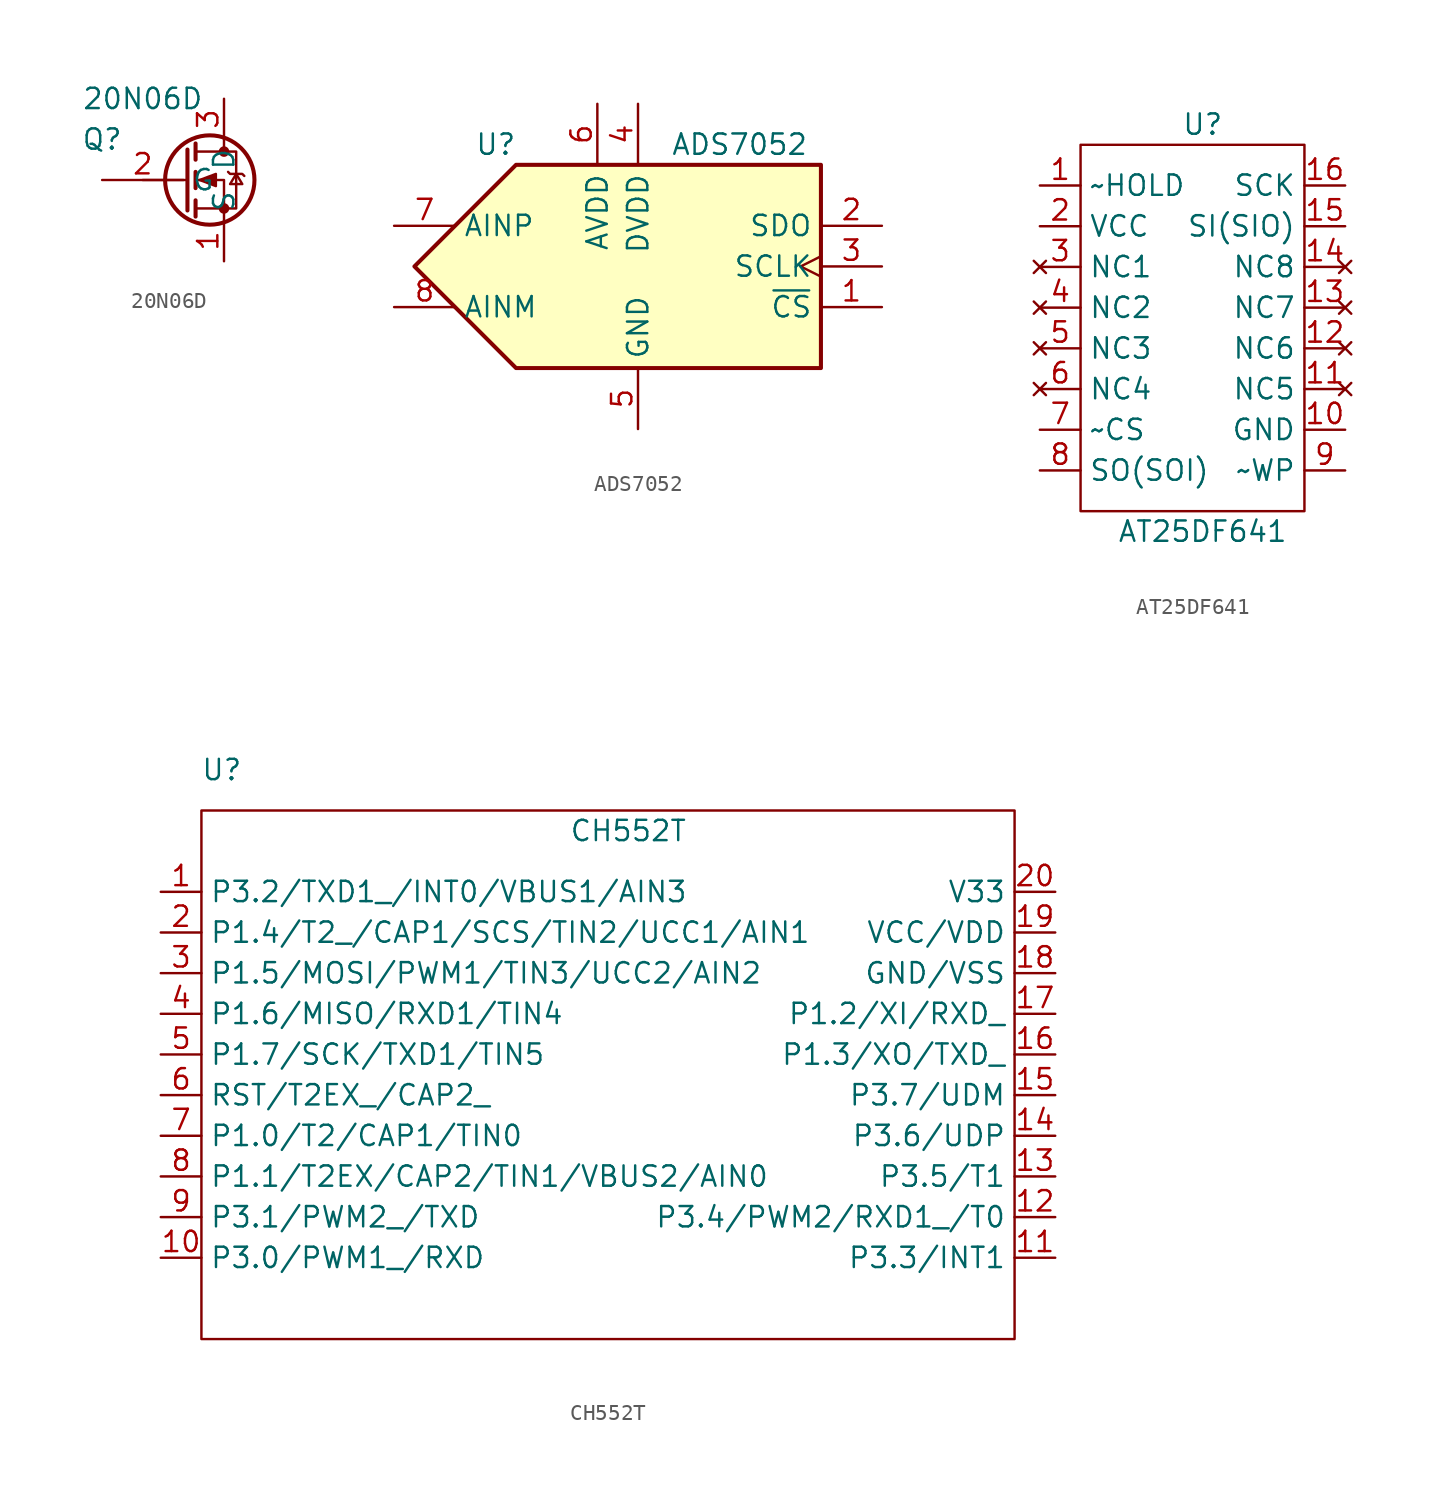
<source format=kicad_sym>
(kicad_symbol_lib
  (version 20211014)
  (generator kicad_symbol_editor)
  (symbol "20N06D"
    (property "Reference" "Q"
      (at 0 2.54 0)
      (effects (font (size 1.27 1.27))))
    (property "Value" "20N06D"
      (at 2.54 5.08 0)
      (effects (font (size 1.27 1.27))))
    (symbol "20N06D_0_1"
      (polyline (pts (xy 5.334 0) (xy 2.54 0)) (stroke (width 0) (type default) (color 0 0 0 0)) (fill (type none)))
      (polyline (pts (xy 5.334 1.905) (xy 5.334 -1.905)) (stroke (width 0.254) (type default) (color 0 0 0 0)) (fill (type none)))
      (polyline (pts (xy 5.842 -1.27) (xy 5.842 -2.286)) (stroke (width 0.254) (type default) (color 0 0 0 0)) (fill (type none)))
      (polyline (pts (xy 5.842 0.508) (xy 5.842 -0.508)) (stroke (width 0.254) (type default) (color 0 0 0 0)) (fill (type none)))
      (polyline (pts (xy 5.842 2.286) (xy 5.842 1.27)) (stroke (width 0.254) (type default) (color 0 0 0 0)) (fill (type none)))
      (polyline (pts (xy 7.62 2.54) (xy 7.62 1.778)) (stroke (width 0) (type default) (color 0 0 0 0)) (fill (type none)))
      (polyline (pts (xy 7.62 -2.54) (xy 7.62 0) (xy 5.842 0)) (stroke (width 0) (type default) (color 0 0 0 0)) (fill (type none)))
      (polyline (pts (xy 5.842 -1.778) (xy 8.382 -1.778) (xy 8.382 1.778) (xy 5.842 1.778)) (stroke (width 0) (type default) (color 0 0 0 0)) (fill (type none)))
      (polyline (pts (xy 6.096 0) (xy 7.112 0.381) (xy 7.112 -0.381) (xy 6.096 0)) (stroke (width 0) (type default) (color 0 0 0 0)) (fill (type outline)))
      (polyline (pts (xy 7.874 0.508) (xy 8.001 0.381) (xy 8.763 0.381) (xy 8.89 0.254)) (stroke (width 0) (type default) (color 0 0 0 0)) (fill (type none)))
      (polyline (pts (xy 8.382 0.381) (xy 8.001 -0.254) (xy 8.763 -0.254) (xy 8.382 0.381)) (stroke (width 0) (type default) (color 0 0 0 0)) (fill (type none)))
      (circle (center 6.731 0) (radius 2.794) (stroke (width 0.254) (type default) (color 0 0 0 0)) (fill (type none)))
      (circle (center 7.62 -1.778) (radius 0.254) (stroke (width 0) (type default) (color 0 0 0 0)) (fill (type outline)))
      (circle (center 7.62 1.778) (radius 0.254) (stroke (width 0) (type default) (color 0 0 0 0)) (fill (type outline))))
    (symbol "20N06D_1_1"
      (pin passive line (at 7.62 -5.08 90) (length 2.54) (name "S" (effects (font (size 1.27 1.27)))) (number "1" (effects (font (size 1.27 1.27)))))
      (pin input line (at 0 0 0) (length 5.08) (name "G" (effects (font (size 1.27 1.27)))) (number "2" (effects (font (size 1.27 1.27)))))
      (pin passive line (at 7.62 5.08 270) (length 2.54) (name "D" (effects (font (size 1.27 1.27)))) (number "3" (effects (font (size 1.27 1.27)))))))
  (symbol "ADS7052"
    (property "Reference" "U"
      (at 6.35 5.08 0)
      (effects (font (size 1.27 1.27))))
    (property "Value" "ADS7052"
      (at 21.59 5.08 0)
      (effects (font (size 1.27 1.27))))
    (symbol "ADS7052_0_1"
      (polyline (pts (xy 1.27 -2.54) (xy 7.62 3.81) (xy 26.67 3.81) (xy 26.67 -8.89) (xy 7.62 -8.89) (xy 1.27 -2.54)) (stroke (width 0.254) (type default) (color 0 0 0 0)) (fill (type background))))
    (symbol "ADS7052_1_1"
      (pin input line (at 30.48 -5.08 180) (length 3.81) (name "~{CS}" (effects (font (size 1.27 1.27)))) (number "1" (effects (font (size 1.27 1.27)))))
      (pin output line (at 30.48 0 180) (length 3.81) (name "SDO" (effects (font (size 1.27 1.27)))) (number "2" (effects (font (size 1.27 1.27)))))
      (pin input clock (at 30.48 -2.54 180) (length 3.81) (name "SCLK" (effects (font (size 1.27 1.27)))) (number "3" (effects (font (size 1.27 1.27)))))
      (pin power_in line (at 15.24 7.62 270) (length 3.81) (name "DVDD" (effects (font (size 1.27 1.27)))) (number "4" (effects (font (size 1.27 1.27)))))
      (pin power_in line (at 15.24 -12.7 90) (length 3.81) (name "GND" (effects (font (size 1.27 1.27)))) (number "5" (effects (font (size 1.27 1.27)))))
      (pin power_in line (at 12.7 7.62 270) (length 3.81) (name "AVDD" (effects (font (size 1.27 1.27)))) (number "6" (effects (font (size 1.27 1.27)))))
      (pin input line (at 0 0 0) (length 3.81) (name "AINP" (effects (font (size 1.27 1.27)))) (number "7" (effects (font (size 1.27 1.27)))))
      (pin input line (at 0 -5.08 0) (length 3.81) (name "AINM" (effects (font (size 1.27 1.27)))) (number "8" (effects (font (size 1.27 1.27)))))))
  (symbol "AT25DF641"
    (property "Reference" "U"
      (at 10.16 3.81 0)
      (effects (font (size 1.27 1.27))))
    (property "Value" "AT25DF641"
      (at 10.16 -21.59 0)
      (effects (font (size 1.27 1.27))))
    (symbol "AT25DF641_0_1"
      (rectangle (start 2.54 2.54) (end 16.51 -20.32) (stroke (width 0) (type default) (color 0 0 0 0)) (fill (type none))))
    (symbol "AT25DF641_1_1"
      (pin input line (at 0 0 0) (length 2.54) (name "~HOLD" (effects (font (size 1.27 1.27)))) (number "1" (effects (font (size 1.27 1.27)))))
      (pin unspecified line (at 19.05 -15.24 180) (length 2.54) (name "GND" (effects (font (size 1.27 1.27)))) (number "10" (effects (font (size 1.27 1.27)))))
      (pin no_connect line (at 19.05 -12.7 180) (length 2.54) (name "NC5" (effects (font (size 1.27 1.27)))) (number "11" (effects (font (size 1.27 1.27)))))
      (pin no_connect line (at 19.05 -10.16 180) (length 2.54) (name "NC6" (effects (font (size 1.27 1.27)))) (number "12" (effects (font (size 1.27 1.27)))))
      (pin no_connect line (at 19.05 -7.62 180) (length 2.54) (name "NC7" (effects (font (size 1.27 1.27)))) (number "13" (effects (font (size 1.27 1.27)))))
      (pin no_connect line (at 19.05 -5.08 180) (length 2.54) (name "NC8" (effects (font (size 1.27 1.27)))) (number "14" (effects (font (size 1.27 1.27)))))
      (pin bidirectional line (at 19.05 -2.54 180) (length 2.54) (name "SI(SIO)" (effects (font (size 1.27 1.27)))) (number "15" (effects (font (size 1.27 1.27)))))
      (pin input line (at 19.05 0 180) (length 2.54) (name "SCK" (effects (font (size 1.27 1.27)))) (number "16" (effects (font (size 1.27 1.27)))))
      (pin power_in line (at 0 -2.54 0) (length 2.54) (name "VCC" (effects (font (size 1.27 1.27)))) (number "2" (effects (font (size 1.27 1.27)))))
      (pin no_connect line (at 0 -5.08 0) (length 2.54) (name "NC1" (effects (font (size 1.27 1.27)))) (number "3" (effects (font (size 1.27 1.27)))))
      (pin no_connect line (at 0 -7.62 0) (length 2.54) (name "NC2" (effects (font (size 1.27 1.27)))) (number "4" (effects (font (size 1.27 1.27)))))
      (pin no_connect line (at 0 -10.16 0) (length 2.54) (name "NC3" (effects (font (size 1.27 1.27)))) (number "5" (effects (font (size 1.27 1.27)))))
      (pin no_connect line (at 0 -12.7 0) (length 2.54) (name "NC4" (effects (font (size 1.27 1.27)))) (number "6" (effects (font (size 1.27 1.27)))))
      (pin input line (at 0 -15.24 0) (length 2.54) (name "~CS" (effects (font (size 1.27 1.27)))) (number "7" (effects (font (size 1.27 1.27)))))
      (pin bidirectional line (at 0 -17.78 0) (length 2.54) (name "SO(SOI)" (effects (font (size 1.27 1.27)))) (number "8" (effects (font (size 1.27 1.27)))))
      (pin input line (at 19.05 -17.78 180) (length 2.54) (name "~WP" (effects (font (size 1.27 1.27)))) (number "9" (effects (font (size 1.27 1.27)))))))
  (symbol "CH552T"
    (property "Reference" "U"
      (at 3.81 7.62 0)
      (effects (font (size 1.27 1.27))))
    (property "Value" "CH552T"
      (at 29.21 3.81 0)
      (effects (font (size 1.27 1.27))))
    (symbol "CH552T_0_1"
      (rectangle (start 2.54 5.08) (end 53.34 -27.94) (stroke (width 0) (type default) (color 0 0 0 0)) (fill (type none))))
    (symbol "CH552T_1_1"
      (pin bidirectional line (at 0 0 0) (length 2.54) (name "P3.2/TXD1_/INT0/VBUS1/AIN3" (effects (font (size 1.27 1.27)))) (number "1" (effects (font (size 1.27 1.27)))))
      (pin bidirectional line (at 0 -22.86 0) (length 2.54) (name "P3.0/PWM1_/RXD" (effects (font (size 1.27 1.27)))) (number "10" (effects (font (size 1.27 1.27)))))
      (pin bidirectional line (at 55.88 -22.86 180) (length 2.54) (name "P3.3/INT1" (effects (font (size 1.27 1.27)))) (number "11" (effects (font (size 1.27 1.27)))))
      (pin bidirectional line (at 55.88 -20.32 180) (length 2.54) (name "P3.4/PWM2/RXD1_/T0" (effects (font (size 1.27 1.27)))) (number "12" (effects (font (size 1.27 1.27)))))
      (pin bidirectional line (at 55.88 -17.78 180) (length 2.54) (name "P3.5/T1" (effects (font (size 1.27 1.27)))) (number "13" (effects (font (size 1.27 1.27)))))
      (pin bidirectional line (at 55.88 -15.24 180) (length 2.54) (name "P3.6/UDP" (effects (font (size 1.27 1.27)))) (number "14" (effects (font (size 1.27 1.27)))))
      (pin bidirectional line (at 55.88 -12.7 180) (length 2.54) (name "P3.7/UDM" (effects (font (size 1.27 1.27)))) (number "15" (effects (font (size 1.27 1.27)))))
      (pin bidirectional line (at 55.88 -10.16 180) (length 2.54) (name "P1.3/XO/TXD_" (effects (font (size 1.27 1.27)))) (number "16" (effects (font (size 1.27 1.27)))))
      (pin bidirectional line (at 55.88 -7.62 180) (length 2.54) (name "P1.2/XI/RXD_" (effects (font (size 1.27 1.27)))) (number "17" (effects (font (size 1.27 1.27)))))
      (pin power_in line (at 55.88 -5.08 180) (length 2.54) (name "GND/VSS" (effects (font (size 1.27 1.27)))) (number "18" (effects (font (size 1.27 1.27)))))
      (pin power_in line (at 55.88 -2.54 180) (length 2.54) (name "VCC/VDD" (effects (font (size 1.27 1.27)))) (number "19" (effects (font (size 1.27 1.27)))))
      (pin bidirectional line (at 0 -2.54 0) (length 2.54) (name "P1.4/T2_/CAP1/SCS/TIN2/UCC1/AIN1" (effects (font (size 1.27 1.27)))) (number "2" (effects (font (size 1.27 1.27)))))
      (pin unspecified line (at 55.88 0 180) (length 2.54) (name "V33" (effects (font (size 1.27 1.27)))) (number "20" (effects (font (size 1.27 1.27)))))
      (pin bidirectional line (at 0 -5.08 0) (length 2.54) (name "P1.5/MOSI/PWM1/TIN3/UCC2/AIN2" (effects (font (size 1.27 1.27)))) (number "3" (effects (font (size 1.27 1.27)))))
      (pin bidirectional line (at 0 -7.62 0) (length 2.54) (name "P1.6/MISO/RXD1/TIN4" (effects (font (size 1.27 1.27)))) (number "4" (effects (font (size 1.27 1.27)))))
      (pin bidirectional line (at 0 -10.16 0) (length 2.54) (name "P1.7/SCK/TXD1/TIN5" (effects (font (size 1.27 1.27)))) (number "5" (effects (font (size 1.27 1.27)))))
      (pin bidirectional line (at 0 -12.7 0) (length 2.54) (name "RST/T2EX_/CAP2_" (effects (font (size 1.27 1.27)))) (number "6" (effects (font (size 1.27 1.27)))))
      (pin bidirectional line (at 0 -15.24 0) (length 2.54) (name "P1.0/T2/CAP1/TIN0" (effects (font (size 1.27 1.27)))) (number "7" (effects (font (size 1.27 1.27)))))
      (pin bidirectional line (at 0 -17.78 0) (length 2.54) (name "P1.1/T2EX/CAP2/TIN1/VBUS2/AIN0" (effects (font (size 1.27 1.27)))) (number "8" (effects (font (size 1.27 1.27)))))
      (pin bidirectional line (at 0 -20.32 0) (length 2.54) (name "P3.1/PWM2_/TXD" (effects (font (size 1.27 1.27)))) (number "9" (effects (font (size 1.27 1.27))))))))
</source>
